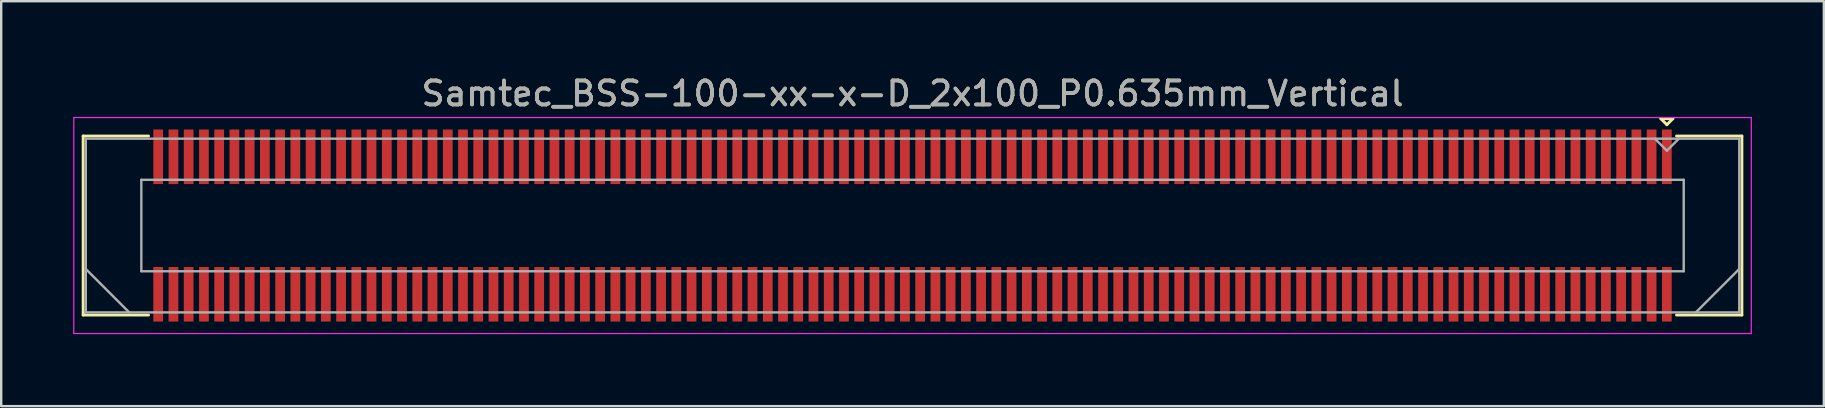
<source format=kicad_pcb>
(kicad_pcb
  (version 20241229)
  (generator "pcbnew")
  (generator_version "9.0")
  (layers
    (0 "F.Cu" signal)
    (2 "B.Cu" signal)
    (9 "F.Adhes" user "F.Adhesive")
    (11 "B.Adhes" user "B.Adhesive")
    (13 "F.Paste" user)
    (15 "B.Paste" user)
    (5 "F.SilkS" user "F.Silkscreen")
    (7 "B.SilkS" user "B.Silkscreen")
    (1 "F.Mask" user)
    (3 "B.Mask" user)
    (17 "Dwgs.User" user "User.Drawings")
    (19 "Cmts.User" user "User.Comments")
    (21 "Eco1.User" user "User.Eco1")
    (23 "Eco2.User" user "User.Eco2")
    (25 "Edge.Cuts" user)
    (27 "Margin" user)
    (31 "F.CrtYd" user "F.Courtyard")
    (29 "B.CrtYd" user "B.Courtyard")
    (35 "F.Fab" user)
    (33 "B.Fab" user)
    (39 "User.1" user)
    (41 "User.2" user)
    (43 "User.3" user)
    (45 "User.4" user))
  (footprint "Samtec_BSS-100-xx-x-D_2x100_P0.635mm_Vertical"
    (layer "F.Cu")
    (at 34.975 6.348)
    (property "Reference" "Samtec_BSS-100-xx-x-D_2x100_P0.635mm_Vertical" (at 0 -5.5 0) (layer "F.SilkS") (effects (font (size 1 1) (thickness 0.15))))
    (attr smd)
    (fp_line (start -34.56 -3.73) (end -31.835 -3.73) (stroke (width 0.12) (type solid)) (layer "F.SilkS"))
    (fp_line (start -34.56 3.73) (end -34.56 -3.73) (stroke (width 0.12) (type solid)) (layer "F.SilkS"))
    (fp_line (start -31.835 3.73) (end -34.56 3.73) (stroke (width 0.12) (type solid)) (layer "F.SilkS"))
    (fp_line (start 31.183 -4.452) (end 31.683 -4.452) (stroke (width 0.12) (type solid)) (layer "F.SilkS"))
    (fp_line (start 31.433 -4.202) (end 31.183 -4.452) (stroke (width 0.12) (type solid)) (layer "F.SilkS"))
    (fp_line (start 31.683 -4.452) (end 31.433 -4.202) (stroke (width 0.12) (type solid)) (layer "F.SilkS"))
    (fp_line (start 31.835 3.73) (end 34.56 3.73) (stroke (width 0.12) (type solid)) (layer "F.SilkS"))
    (fp_line (start 34.56 -3.73) (end 31.835 -3.73) (stroke (width 0.12) (type solid)) (layer "F.SilkS"))
    (fp_line (start 34.56 3.73) (end 34.56 -3.73) (stroke (width 0.12) (type solid)) (layer "F.SilkS"))
    (fp_line (start -34.95 -4.5) (end -34.95 4.5) (stroke (width 0.05) (type solid)) (layer "F.CrtYd"))
    (fp_line (start -34.95 4.5) (end 34.95 4.5) (stroke (width 0.05) (type solid)) (layer "F.CrtYd"))
    (fp_line (start 34.95 -4.5) (end -34.95 -4.5) (stroke (width 0.05) (type solid)) (layer "F.CrtYd"))
    (fp_line (start 34.95 4.5) (end 34.95 -4.5) (stroke (width 0.05) (type solid)) (layer "F.CrtYd"))
    (fp_line (start -34.45 -3.62) (end -34.45 3.62) (stroke (width 0.1) (type solid)) (layer "F.Fab"))
    (fp_line (start -34.45 1.81) (end -32.64 3.62) (stroke (width 0.1) (type solid)) (layer "F.Fab"))
    (fp_line (start -34.45 3.62) (end 34.45 3.62) (stroke (width 0.1) (type solid)) (layer "F.Fab"))
    (fp_line (start -32.135 -1.905) (end -32.135 1.905) (stroke (width 0.1) (type solid)) (layer "F.Fab"))
    (fp_line (start -32.135 1.905) (end 32.135 1.905) (stroke (width 0.1) (type solid)) (layer "F.Fab"))
    (fp_line (start 31.433 -3.12) (end 30.933 -3.62) (stroke (width 0.1) (type solid)) (layer "F.Fab"))
    (fp_line (start 31.933 -3.62) (end 31.433 -3.12) (stroke (width 0.1) (type solid)) (layer "F.Fab"))
    (fp_line (start 32.135 -1.905) (end -32.135 -1.905) (stroke (width 0.1) (type solid)) (layer "F.Fab"))
    (fp_line (start 32.135 1.905) (end 32.135 -1.905) (stroke (width 0.1) (type solid)) (layer "F.Fab"))
    (fp_line (start 34.45 -3.62) (end -34.45 -3.62) (stroke (width 0.1) (type solid)) (layer "F.Fab"))
    (fp_line (start 34.45 1.81) (end 32.64 3.62) (stroke (width 0.1) (type solid)) (layer "F.Fab"))
    (fp_line (start 34.45 3.62) (end 34.45 -3.62) (stroke (width 0.1) (type solid)) (layer "F.Fab"))
    (fp_text user "${REFERENCE}" (at 0 -5.5 0) (layer "F.Fab") (effects (font (size 1 1) (thickness 0.15))))
    (pad "1" smd rect (at 31.433 -2.865) (size 0.406 2.273) (layers "F.Cu" "F.Mask" "F.Paste"))
    (pad "2" smd rect (at 31.433 2.865) (size 0.406 2.273) (layers "F.Cu" "F.Mask" "F.Paste"))
    (pad "3" smd rect (at 30.797 -2.865) (size 0.406 2.273) (layers "F.Cu" "F.Mask" "F.Paste"))
    (pad "4" smd rect (at 30.797 2.865) (size 0.406 2.273) (layers "F.Cu" "F.Mask" "F.Paste"))
    (pad "5" smd rect (at 30.163 -2.865) (size 0.406 2.273) (layers "F.Cu" "F.Mask" "F.Paste"))
    (pad "6" smd rect (at 30.163 2.865) (size 0.406 2.273) (layers "F.Cu" "F.Mask" "F.Paste"))
    (pad "7" smd rect (at 29.527 -2.865) (size 0.406 2.273) (layers "F.Cu" "F.Mask" "F.Paste"))
    (pad "8" smd rect (at 29.527 2.865) (size 0.406 2.273) (layers "F.Cu" "F.Mask" "F.Paste"))
    (pad "9" smd rect (at 28.892 -2.865) (size 0.406 2.273) (layers "F.Cu" "F.Mask" "F.Paste"))
    (pad "10" smd rect (at 28.892 2.865) (size 0.406 2.273) (layers "F.Cu" "F.Mask" "F.Paste"))
    (pad "11" smd rect (at 28.258 -2.865) (size 0.406 2.273) (layers "F.Cu" "F.Mask" "F.Paste"))
    (pad "12" smd rect (at 28.258 2.865) (size 0.406 2.273) (layers "F.Cu" "F.Mask" "F.Paste"))
    (pad "13" smd rect (at 27.622 -2.865) (size 0.406 2.273) (layers "F.Cu" "F.Mask" "F.Paste"))
    (pad "14" smd rect (at 27.622 2.865) (size 0.406 2.273) (layers "F.Cu" "F.Mask" "F.Paste"))
    (pad "15" smd rect (at 26.988 -2.865) (size 0.406 2.273) (layers "F.Cu" "F.Mask" "F.Paste"))
    (pad "16" smd rect (at 26.988 2.865) (size 0.406 2.273) (layers "F.Cu" "F.Mask" "F.Paste"))
    (pad "17" smd rect (at 26.352 -2.865) (size 0.406 2.273) (layers "F.Cu" "F.Mask" "F.Paste"))
    (pad "18" smd rect (at 26.352 2.865) (size 0.406 2.273) (layers "F.Cu" "F.Mask" "F.Paste"))
    (pad "19" smd rect (at 25.718 -2.865) (size 0.406 2.273) (layers "F.Cu" "F.Mask" "F.Paste"))
    (pad "20" smd rect (at 25.718 2.865) (size 0.406 2.273) (layers "F.Cu" "F.Mask" "F.Paste"))
    (pad "21" smd rect (at 25.082 -2.865) (size 0.406 2.273) (layers "F.Cu" "F.Mask" "F.Paste"))
    (pad "22" smd rect (at 25.082 2.865) (size 0.406 2.273) (layers "F.Cu" "F.Mask" "F.Paste"))
    (pad "23" smd rect (at 24.448 -2.865) (size 0.406 2.273) (layers "F.Cu" "F.Mask" "F.Paste"))
    (pad "24" smd rect (at 24.448 2.865) (size 0.406 2.273) (layers "F.Cu" "F.Mask" "F.Paste"))
    (pad "25" smd rect (at 23.812 -2.865) (size 0.406 2.273) (layers "F.Cu" "F.Mask" "F.Paste"))
    (pad "26" smd rect (at 23.812 2.865) (size 0.406 2.273) (layers "F.Cu" "F.Mask" "F.Paste"))
    (pad "27" smd rect (at 23.177 -2.865) (size 0.406 2.273) (layers "F.Cu" "F.Mask" "F.Paste"))
    (pad "28" smd rect (at 23.177 2.865) (size 0.406 2.273) (layers "F.Cu" "F.Mask" "F.Paste"))
    (pad "29" smd rect (at 22.543 -2.865) (size 0.406 2.273) (layers "F.Cu" "F.Mask" "F.Paste"))
    (pad "30" smd rect (at 22.543 2.865) (size 0.406 2.273) (layers "F.Cu" "F.Mask" "F.Paste"))
    (pad "31" smd rect (at 21.907 -2.865) (size 0.406 2.273) (layers "F.Cu" "F.Mask" "F.Paste"))
    (pad "32" smd rect (at 21.907 2.865) (size 0.406 2.273) (layers "F.Cu" "F.Mask" "F.Paste"))
    (pad "33" smd rect (at 21.273 -2.865) (size 0.406 2.273) (layers "F.Cu" "F.Mask" "F.Paste"))
    (pad "34" smd rect (at 21.273 2.865) (size 0.406 2.273) (layers "F.Cu" "F.Mask" "F.Paste"))
    (pad "35" smd rect (at 20.637 -2.865) (size 0.406 2.273) (layers "F.Cu" "F.Mask" "F.Paste"))
    (pad "36" smd rect (at 20.637 2.865) (size 0.406 2.273) (layers "F.Cu" "F.Mask" "F.Paste"))
    (pad "37" smd rect (at 20.003 -2.865) (size 0.406 2.273) (layers "F.Cu" "F.Mask" "F.Paste"))
    (pad "38" smd rect (at 20.003 2.865) (size 0.406 2.273) (layers "F.Cu" "F.Mask" "F.Paste"))
    (pad "39" smd rect (at 19.367 -2.865) (size 0.406 2.273) (layers "F.Cu" "F.Mask" "F.Paste"))
    (pad "40" smd rect (at 19.367 2.865) (size 0.406 2.273) (layers "F.Cu" "F.Mask" "F.Paste"))
    (pad "41" smd rect (at 18.733 -2.865) (size 0.406 2.273) (layers "F.Cu" "F.Mask" "F.Paste"))
    (pad "42" smd rect (at 18.733 2.865) (size 0.406 2.273) (layers "F.Cu" "F.Mask" "F.Paste"))
    (pad "43" smd rect (at 18.098 -2.865) (size 0.406 2.273) (layers "F.Cu" "F.Mask" "F.Paste"))
    (pad "44" smd rect (at 18.098 2.865) (size 0.406 2.273) (layers "F.Cu" "F.Mask" "F.Paste"))
    (pad "45" smd rect (at 17.462 -2.865) (size 0.406 2.273) (layers "F.Cu" "F.Mask" "F.Paste"))
    (pad "46" smd rect (at 17.462 2.865) (size 0.406 2.273) (layers "F.Cu" "F.Mask" "F.Paste"))
    (pad "47" smd rect (at 16.828 -2.865) (size 0.406 2.273) (layers "F.Cu" "F.Mask" "F.Paste"))
    (pad "48" smd rect (at 16.828 2.865) (size 0.406 2.273) (layers "F.Cu" "F.Mask" "F.Paste"))
    (pad "49" smd rect (at 16.192 -2.865) (size 0.406 2.273) (layers "F.Cu" "F.Mask" "F.Paste"))
    (pad "50" smd rect (at 16.192 2.865) (size 0.406 2.273) (layers "F.Cu" "F.Mask" "F.Paste"))
    (pad "51" smd rect (at 15.557 -2.865) (size 0.406 2.273) (layers "F.Cu" "F.Mask" "F.Paste"))
    (pad "52" smd rect (at 15.557 2.865) (size 0.406 2.273) (layers "F.Cu" "F.Mask" "F.Paste"))
    (pad "53" smd rect (at 14.922 -2.865) (size 0.406 2.273) (layers "F.Cu" "F.Mask" "F.Paste"))
    (pad "54" smd rect (at 14.922 2.865) (size 0.406 2.273) (layers "F.Cu" "F.Mask" "F.Paste"))
    (pad "55" smd rect (at 14.287 -2.865) (size 0.406 2.273) (layers "F.Cu" "F.Mask" "F.Paste"))
    (pad "56" smd rect (at 14.287 2.865) (size 0.406 2.273) (layers "F.Cu" "F.Mask" "F.Paste"))
    (pad "57" smd rect (at 13.652 -2.865) (size 0.406 2.273) (layers "F.Cu" "F.Mask" "F.Paste"))
    (pad "58" smd rect (at 13.652 2.865) (size 0.406 2.273) (layers "F.Cu" "F.Mask" "F.Paste"))
    (pad "59" smd rect (at 13.018 -2.865) (size 0.406 2.273) (layers "F.Cu" "F.Mask" "F.Paste"))
    (pad "60" smd rect (at 13.018 2.865) (size 0.406 2.273) (layers "F.Cu" "F.Mask" "F.Paste"))
    (pad "61" smd rect (at 12.383 -2.865) (size 0.406 2.273) (layers "F.Cu" "F.Mask" "F.Paste"))
    (pad "62" smd rect (at 12.383 2.865) (size 0.406 2.273) (layers "F.Cu" "F.Mask" "F.Paste"))
    (pad "63" smd rect (at 11.748 -2.865) (size 0.406 2.273) (layers "F.Cu" "F.Mask" "F.Paste"))
    (pad "64" smd rect (at 11.748 2.865) (size 0.406 2.273) (layers "F.Cu" "F.Mask" "F.Paste"))
    (pad "65" smd rect (at 11.113 -2.865) (size 0.406 2.273) (layers "F.Cu" "F.Mask" "F.Paste"))
    (pad "66" smd rect (at 11.113 2.865) (size 0.406 2.273) (layers "F.Cu" "F.Mask" "F.Paste"))
    (pad "67" smd rect (at 10.477 -2.865) (size 0.406 2.273) (layers "F.Cu" "F.Mask" "F.Paste"))
    (pad "68" smd rect (at 10.477 2.865) (size 0.406 2.273) (layers "F.Cu" "F.Mask" "F.Paste"))
    (pad "69" smd rect (at 9.842 -2.865) (size 0.406 2.273) (layers "F.Cu" "F.Mask" "F.Paste"))
    (pad "70" smd rect (at 9.842 2.865) (size 0.406 2.273) (layers "F.Cu" "F.Mask" "F.Paste"))
    (pad "71" smd rect (at 9.207 -2.865) (size 0.406 2.273) (layers "F.Cu" "F.Mask" "F.Paste"))
    (pad "72" smd rect (at 9.207 2.865) (size 0.406 2.273) (layers "F.Cu" "F.Mask" "F.Paste"))
    (pad "73" smd rect (at 8.572 -2.865) (size 0.406 2.273) (layers "F.Cu" "F.Mask" "F.Paste"))
    (pad "74" smd rect (at 8.572 2.865) (size 0.406 2.273) (layers "F.Cu" "F.Mask" "F.Paste"))
    (pad "75" smd rect (at 7.938 -2.865) (size 0.406 2.273) (layers "F.Cu" "F.Mask" "F.Paste"))
    (pad "76" smd rect (at 7.938 2.865) (size 0.406 2.273) (layers "F.Cu" "F.Mask" "F.Paste"))
    (pad "77" smd rect (at 7.303 -2.865) (size 0.406 2.273) (layers "F.Cu" "F.Mask" "F.Paste"))
    (pad "78" smd rect (at 7.303 2.865) (size 0.406 2.273) (layers "F.Cu" "F.Mask" "F.Paste"))
    (pad "79" smd rect (at 6.668 -2.865) (size 0.406 2.273) (layers "F.Cu" "F.Mask" "F.Paste"))
    (pad "80" smd rect (at 6.668 2.865) (size 0.406 2.273) (layers "F.Cu" "F.Mask" "F.Paste"))
    (pad "81" smd rect (at 6.032 -2.865) (size 0.406 2.273) (layers "F.Cu" "F.Mask" "F.Paste"))
    (pad "82" smd rect (at 6.032 2.865) (size 0.406 2.273) (layers "F.Cu" "F.Mask" "F.Paste"))
    (pad "83" smd rect (at 5.397 -2.865) (size 0.406 2.273) (layers "F.Cu" "F.Mask" "F.Paste"))
    (pad "84" smd rect (at 5.397 2.865) (size 0.406 2.273) (layers "F.Cu" "F.Mask" "F.Paste"))
    (pad "85" smd rect (at 4.763 -2.865) (size 0.406 2.273) (layers "F.Cu" "F.Mask" "F.Paste"))
    (pad "86" smd rect (at 4.763 2.865) (size 0.406 2.273) (layers "F.Cu" "F.Mask" "F.Paste"))
    (pad "87" smd rect (at 4.128 -2.865) (size 0.406 2.273) (layers "F.Cu" "F.Mask" "F.Paste"))
    (pad "88" smd rect (at 4.128 2.865) (size 0.406 2.273) (layers "F.Cu" "F.Mask" "F.Paste"))
    (pad "89" smd rect (at 3.493 -2.865) (size 0.406 2.273) (layers "F.Cu" "F.Mask" "F.Paste"))
    (pad "90" smd rect (at 3.493 2.865) (size 0.406 2.273) (layers "F.Cu" "F.Mask" "F.Paste"))
    (pad "91" smd rect (at 2.857 -2.865) (size 0.406 2.273) (layers "F.Cu" "F.Mask" "F.Paste"))
    (pad "92" smd rect (at 2.857 2.865) (size 0.406 2.273) (layers "F.Cu" "F.Mask" "F.Paste"))
    (pad "93" smd rect (at 2.223 -2.865) (size 0.406 2.273) (layers "F.Cu" "F.Mask" "F.Paste"))
    (pad "94" smd rect (at 2.223 2.865) (size 0.406 2.273) (layers "F.Cu" "F.Mask" "F.Paste"))
    (pad "95" smd rect (at 1.587 -2.865) (size 0.406 2.273) (layers "F.Cu" "F.Mask" "F.Paste"))
    (pad "96" smd rect (at 1.587 2.865) (size 0.406 2.273) (layers "F.Cu" "F.Mask" "F.Paste"))
    (pad "97" smd rect (at 0.953 -2.865) (size 0.406 2.273) (layers "F.Cu" "F.Mask" "F.Paste"))
    (pad "98" smd rect (at 0.953 2.865) (size 0.406 2.273) (layers "F.Cu" "F.Mask" "F.Paste"))
    (pad "99" smd rect (at 0.318 -2.865) (size 0.406 2.273) (layers "F.Cu" "F.Mask" "F.Paste"))
    (pad "100" smd rect (at 0.318 2.865) (size 0.406 2.273) (layers "F.Cu" "F.Mask" "F.Paste"))
    (pad "101" smd rect (at -0.318 -2.865) (size 0.406 2.273) (layers "F.Cu" "F.Mask" "F.Paste"))
    (pad "102" smd rect (at -0.318 2.865) (size 0.406 2.273) (layers "F.Cu" "F.Mask" "F.Paste"))
    (pad "103" smd rect (at -0.953 -2.865) (size 0.406 2.273) (layers "F.Cu" "F.Mask" "F.Paste"))
    (pad "104" smd rect (at -0.953 2.865) (size 0.406 2.273) (layers "F.Cu" "F.Mask" "F.Paste"))
    (pad "105" smd rect (at -1.587 -2.865) (size 0.406 2.273) (layers "F.Cu" "F.Mask" "F.Paste"))
    (pad "106" smd rect (at -1.587 2.865) (size 0.406 2.273) (layers "F.Cu" "F.Mask" "F.Paste"))
    (pad "107" smd rect (at -2.223 -2.865) (size 0.406 2.273) (layers "F.Cu" "F.Mask" "F.Paste"))
    (pad "108" smd rect (at -2.223 2.865) (size 0.406 2.273) (layers "F.Cu" "F.Mask" "F.Paste"))
    (pad "109" smd rect (at -2.857 -2.865) (size 0.406 2.273) (layers "F.Cu" "F.Mask" "F.Paste"))
    (pad "110" smd rect (at -2.857 2.865) (size 0.406 2.273) (layers "F.Cu" "F.Mask" "F.Paste"))
    (pad "111" smd rect (at -3.493 -2.865) (size 0.406 2.273) (layers "F.Cu" "F.Mask" "F.Paste"))
    (pad "112" smd rect (at -3.493 2.865) (size 0.406 2.273) (layers "F.Cu" "F.Mask" "F.Paste"))
    (pad "113" smd rect (at -4.128 -2.865) (size 0.406 2.273) (layers "F.Cu" "F.Mask" "F.Paste"))
    (pad "114" smd rect (at -4.128 2.865) (size 0.406 2.273) (layers "F.Cu" "F.Mask" "F.Paste"))
    (pad "115" smd rect (at -4.763 -2.865) (size 0.406 2.273) (layers "F.Cu" "F.Mask" "F.Paste"))
    (pad "116" smd rect (at -4.763 2.865) (size 0.406 2.273) (layers "F.Cu" "F.Mask" "F.Paste"))
    (pad "117" smd rect (at -5.397 -2.865) (size 0.406 2.273) (layers "F.Cu" "F.Mask" "F.Paste"))
    (pad "118" smd rect (at -5.397 2.865) (size 0.406 2.273) (layers "F.Cu" "F.Mask" "F.Paste"))
    (pad "119" smd rect (at -6.032 -2.865) (size 0.406 2.273) (layers "F.Cu" "F.Mask" "F.Paste"))
    (pad "120" smd rect (at -6.032 2.865) (size 0.406 2.273) (layers "F.Cu" "F.Mask" "F.Paste"))
    (pad "121" smd rect (at -6.668 -2.865) (size 0.406 2.273) (layers "F.Cu" "F.Mask" "F.Paste"))
    (pad "122" smd rect (at -6.668 2.865) (size 0.406 2.273) (layers "F.Cu" "F.Mask" "F.Paste"))
    (pad "123" smd rect (at -7.303 -2.865) (size 0.406 2.273) (layers "F.Cu" "F.Mask" "F.Paste"))
    (pad "124" smd rect (at -7.303 2.865) (size 0.406 2.273) (layers "F.Cu" "F.Mask" "F.Paste"))
    (pad "125" smd rect (at -7.938 -2.865) (size 0.406 2.273) (layers "F.Cu" "F.Mask" "F.Paste"))
    (pad "126" smd rect (at -7.938 2.865) (size 0.406 2.273) (layers "F.Cu" "F.Mask" "F.Paste"))
    (pad "127" smd rect (at -8.572 -2.865) (size 0.406 2.273) (layers "F.Cu" "F.Mask" "F.Paste"))
    (pad "128" smd rect (at -8.572 2.865) (size 0.406 2.273) (layers "F.Cu" "F.Mask" "F.Paste"))
    (pad "129" smd rect (at -9.207 -2.865) (size 0.406 2.273) (layers "F.Cu" "F.Mask" "F.Paste"))
    (pad "130" smd rect (at -9.207 2.865) (size 0.406 2.273) (layers "F.Cu" "F.Mask" "F.Paste"))
    (pad "131" smd rect (at -9.842 -2.865) (size 0.406 2.273) (layers "F.Cu" "F.Mask" "F.Paste"))
    (pad "132" smd rect (at -9.842 2.865) (size 0.406 2.273) (layers "F.Cu" "F.Mask" "F.Paste"))
    (pad "133" smd rect (at -10.477 -2.865) (size 0.406 2.273) (layers "F.Cu" "F.Mask" "F.Paste"))
    (pad "134" smd rect (at -10.477 2.865) (size 0.406 2.273) (layers "F.Cu" "F.Mask" "F.Paste"))
    (pad "135" smd rect (at -11.113 -2.865) (size 0.406 2.273) (layers "F.Cu" "F.Mask" "F.Paste"))
    (pad "136" smd rect (at -11.113 2.865) (size 0.406 2.273) (layers "F.Cu" "F.Mask" "F.Paste"))
    (pad "137" smd rect (at -11.748 -2.865) (size 0.406 2.273) (layers "F.Cu" "F.Mask" "F.Paste"))
    (pad "138" smd rect (at -11.748 2.865) (size 0.406 2.273) (layers "F.Cu" "F.Mask" "F.Paste"))
    (pad "139" smd rect (at -12.383 -2.865) (size 0.406 2.273) (layers "F.Cu" "F.Mask" "F.Paste"))
    (pad "140" smd rect (at -12.383 2.865) (size 0.406 2.273) (layers "F.Cu" "F.Mask" "F.Paste"))
    (pad "141" smd rect (at -13.018 -2.865) (size 0.406 2.273) (layers "F.Cu" "F.Mask" "F.Paste"))
    (pad "142" smd rect (at -13.018 2.865) (size 0.406 2.273) (layers "F.Cu" "F.Mask" "F.Paste"))
    (pad "143" smd rect (at -13.652 -2.865) (size 0.406 2.273) (layers "F.Cu" "F.Mask" "F.Paste"))
    (pad "144" smd rect (at -13.652 2.865) (size 0.406 2.273) (layers "F.Cu" "F.Mask" "F.Paste"))
    (pad "145" smd rect (at -14.287 -2.865) (size 0.406 2.273) (layers "F.Cu" "F.Mask" "F.Paste"))
    (pad "146" smd rect (at -14.287 2.865) (size 0.406 2.273) (layers "F.Cu" "F.Mask" "F.Paste"))
    (pad "147" smd rect (at -14.922 -2.865) (size 0.406 2.273) (layers "F.Cu" "F.Mask" "F.Paste"))
    (pad "148" smd rect (at -14.922 2.865) (size 0.406 2.273) (layers "F.Cu" "F.Mask" "F.Paste"))
    (pad "149" smd rect (at -15.557 -2.865) (size 0.406 2.273) (layers "F.Cu" "F.Mask" "F.Paste"))
    (pad "150" smd rect (at -15.557 2.865) (size 0.406 2.273) (layers "F.Cu" "F.Mask" "F.Paste"))
    (pad "151" smd rect (at -16.192 -2.865) (size 0.406 2.273) (layers "F.Cu" "F.Mask" "F.Paste"))
    (pad "152" smd rect (at -16.192 2.865) (size 0.406 2.273) (layers "F.Cu" "F.Mask" "F.Paste"))
    (pad "153" smd rect (at -16.828 -2.865) (size 0.406 2.273) (layers "F.Cu" "F.Mask" "F.Paste"))
    (pad "154" smd rect (at -16.828 2.865) (size 0.406 2.273) (layers "F.Cu" "F.Mask" "F.Paste"))
    (pad "155" smd rect (at -17.462 -2.865) (size 0.406 2.273) (layers "F.Cu" "F.Mask" "F.Paste"))
    (pad "156" smd rect (at -17.462 2.865) (size 0.406 2.273) (layers "F.Cu" "F.Mask" "F.Paste"))
    (pad "157" smd rect (at -18.098 -2.865) (size 0.406 2.273) (layers "F.Cu" "F.Mask" "F.Paste"))
    (pad "158" smd rect (at -18.098 2.865) (size 0.406 2.273) (layers "F.Cu" "F.Mask" "F.Paste"))
    (pad "159" smd rect (at -18.733 -2.865) (size 0.406 2.273) (layers "F.Cu" "F.Mask" "F.Paste"))
    (pad "160" smd rect (at -18.733 2.865) (size 0.406 2.273) (layers "F.Cu" "F.Mask" "F.Paste"))
    (pad "161" smd rect (at -19.367 -2.865) (size 0.406 2.273) (layers "F.Cu" "F.Mask" "F.Paste"))
    (pad "162" smd rect (at -19.367 2.865) (size 0.406 2.273) (layers "F.Cu" "F.Mask" "F.Paste"))
    (pad "163" smd rect (at -20.003 -2.865) (size 0.406 2.273) (layers "F.Cu" "F.Mask" "F.Paste"))
    (pad "164" smd rect (at -20.003 2.865) (size 0.406 2.273) (layers "F.Cu" "F.Mask" "F.Paste"))
    (pad "165" smd rect (at -20.637 -2.865) (size 0.406 2.273) (layers "F.Cu" "F.Mask" "F.Paste"))
    (pad "166" smd rect (at -20.637 2.865) (size 0.406 2.273) (layers "F.Cu" "F.Mask" "F.Paste"))
    (pad "167" smd rect (at -21.273 -2.865) (size 0.406 2.273) (layers "F.Cu" "F.Mask" "F.Paste"))
    (pad "168" smd rect (at -21.273 2.865) (size 0.406 2.273) (layers "F.Cu" "F.Mask" "F.Paste"))
    (pad "169" smd rect (at -21.907 -2.865) (size 0.406 2.273) (layers "F.Cu" "F.Mask" "F.Paste"))
    (pad "170" smd rect (at -21.907 2.865) (size 0.406 2.273) (layers "F.Cu" "F.Mask" "F.Paste"))
    (pad "171" smd rect (at -22.543 -2.865) (size 0.406 2.273) (layers "F.Cu" "F.Mask" "F.Paste"))
    (pad "172" smd rect (at -22.543 2.865) (size 0.406 2.273) (layers "F.Cu" "F.Mask" "F.Paste"))
    (pad "173" smd rect (at -23.177 -2.865) (size 0.406 2.273) (layers "F.Cu" "F.Mask" "F.Paste"))
    (pad "174" smd rect (at -23.177 2.865) (size 0.406 2.273) (layers "F.Cu" "F.Mask" "F.Paste"))
    (pad "175" smd rect (at -23.812 -2.865) (size 0.406 2.273) (layers "F.Cu" "F.Mask" "F.Paste"))
    (pad "176" smd rect (at -23.812 2.865) (size 0.406 2.273) (layers "F.Cu" "F.Mask" "F.Paste"))
    (pad "177" smd rect (at -24.448 -2.865) (size 0.406 2.273) (layers "F.Cu" "F.Mask" "F.Paste"))
    (pad "178" smd rect (at -24.448 2.865) (size 0.406 2.273) (layers "F.Cu" "F.Mask" "F.Paste"))
    (pad "179" smd rect (at -25.082 -2.865) (size 0.406 2.273) (layers "F.Cu" "F.Mask" "F.Paste"))
    (pad "180" smd rect (at -25.082 2.865) (size 0.406 2.273) (layers "F.Cu" "F.Mask" "F.Paste"))
    (pad "181" smd rect (at -25.718 -2.865) (size 0.406 2.273) (layers "F.Cu" "F.Mask" "F.Paste"))
    (pad "182" smd rect (at -25.718 2.865) (size 0.406 2.273) (layers "F.Cu" "F.Mask" "F.Paste"))
    (pad "183" smd rect (at -26.352 -2.865) (size 0.406 2.273) (layers "F.Cu" "F.Mask" "F.Paste"))
    (pad "184" smd rect (at -26.352 2.865) (size 0.406 2.273) (layers "F.Cu" "F.Mask" "F.Paste"))
    (pad "185" smd rect (at -26.988 -2.865) (size 0.406 2.273) (layers "F.Cu" "F.Mask" "F.Paste"))
    (pad "186" smd rect (at -26.988 2.865) (size 0.406 2.273) (layers "F.Cu" "F.Mask" "F.Paste"))
    (pad "187" smd rect (at -27.622 -2.865) (size 0.406 2.273) (layers "F.Cu" "F.Mask" "F.Paste"))
    (pad "188" smd rect (at -27.622 2.865) (size 0.406 2.273) (layers "F.Cu" "F.Mask" "F.Paste"))
    (pad "189" smd rect (at -28.258 -2.865) (size 0.406 2.273) (layers "F.Cu" "F.Mask" "F.Paste"))
    (pad "190" smd rect (at -28.258 2.865) (size 0.406 2.273) (layers "F.Cu" "F.Mask" "F.Paste"))
    (pad "191" smd rect (at -28.892 -2.865) (size 0.406 2.273) (layers "F.Cu" "F.Mask" "F.Paste"))
    (pad "192" smd rect (at -28.892 2.865) (size 0.406 2.273) (layers "F.Cu" "F.Mask" "F.Paste"))
    (pad "193" smd rect (at -29.527 -2.865) (size 0.406 2.273) (layers "F.Cu" "F.Mask" "F.Paste"))
    (pad "194" smd rect (at -29.527 2.865) (size 0.406 2.273) (layers "F.Cu" "F.Mask" "F.Paste"))
    (pad "195" smd rect (at -30.163 -2.865) (size 0.406 2.273) (layers "F.Cu" "F.Mask" "F.Paste"))
    (pad "196" smd rect (at -30.163 2.865) (size 0.406 2.273) (layers "F.Cu" "F.Mask" "F.Paste"))
    (pad "197" smd rect (at -30.797 -2.865) (size 0.406 2.273) (layers "F.Cu" "F.Mask" "F.Paste"))
    (pad "198" smd rect (at -30.797 2.865) (size 0.406 2.273) (layers "F.Cu" "F.Mask" "F.Paste"))
    (pad "199" smd rect (at -31.433 -2.865) (size 0.406 2.273) (layers "F.Cu" "F.Mask" "F.Paste"))
    (pad "200" smd rect (at -31.433 2.865) (size 0.406 2.273) (layers "F.Cu" "F.Mask" "F.Paste")))
  (gr_rect
    (start -3 -3)
    (end 72.95 13.873)
    (stroke (width 0.1) (type default))
    (fill no)
    (layer "Edge.Cuts")))
</source>
